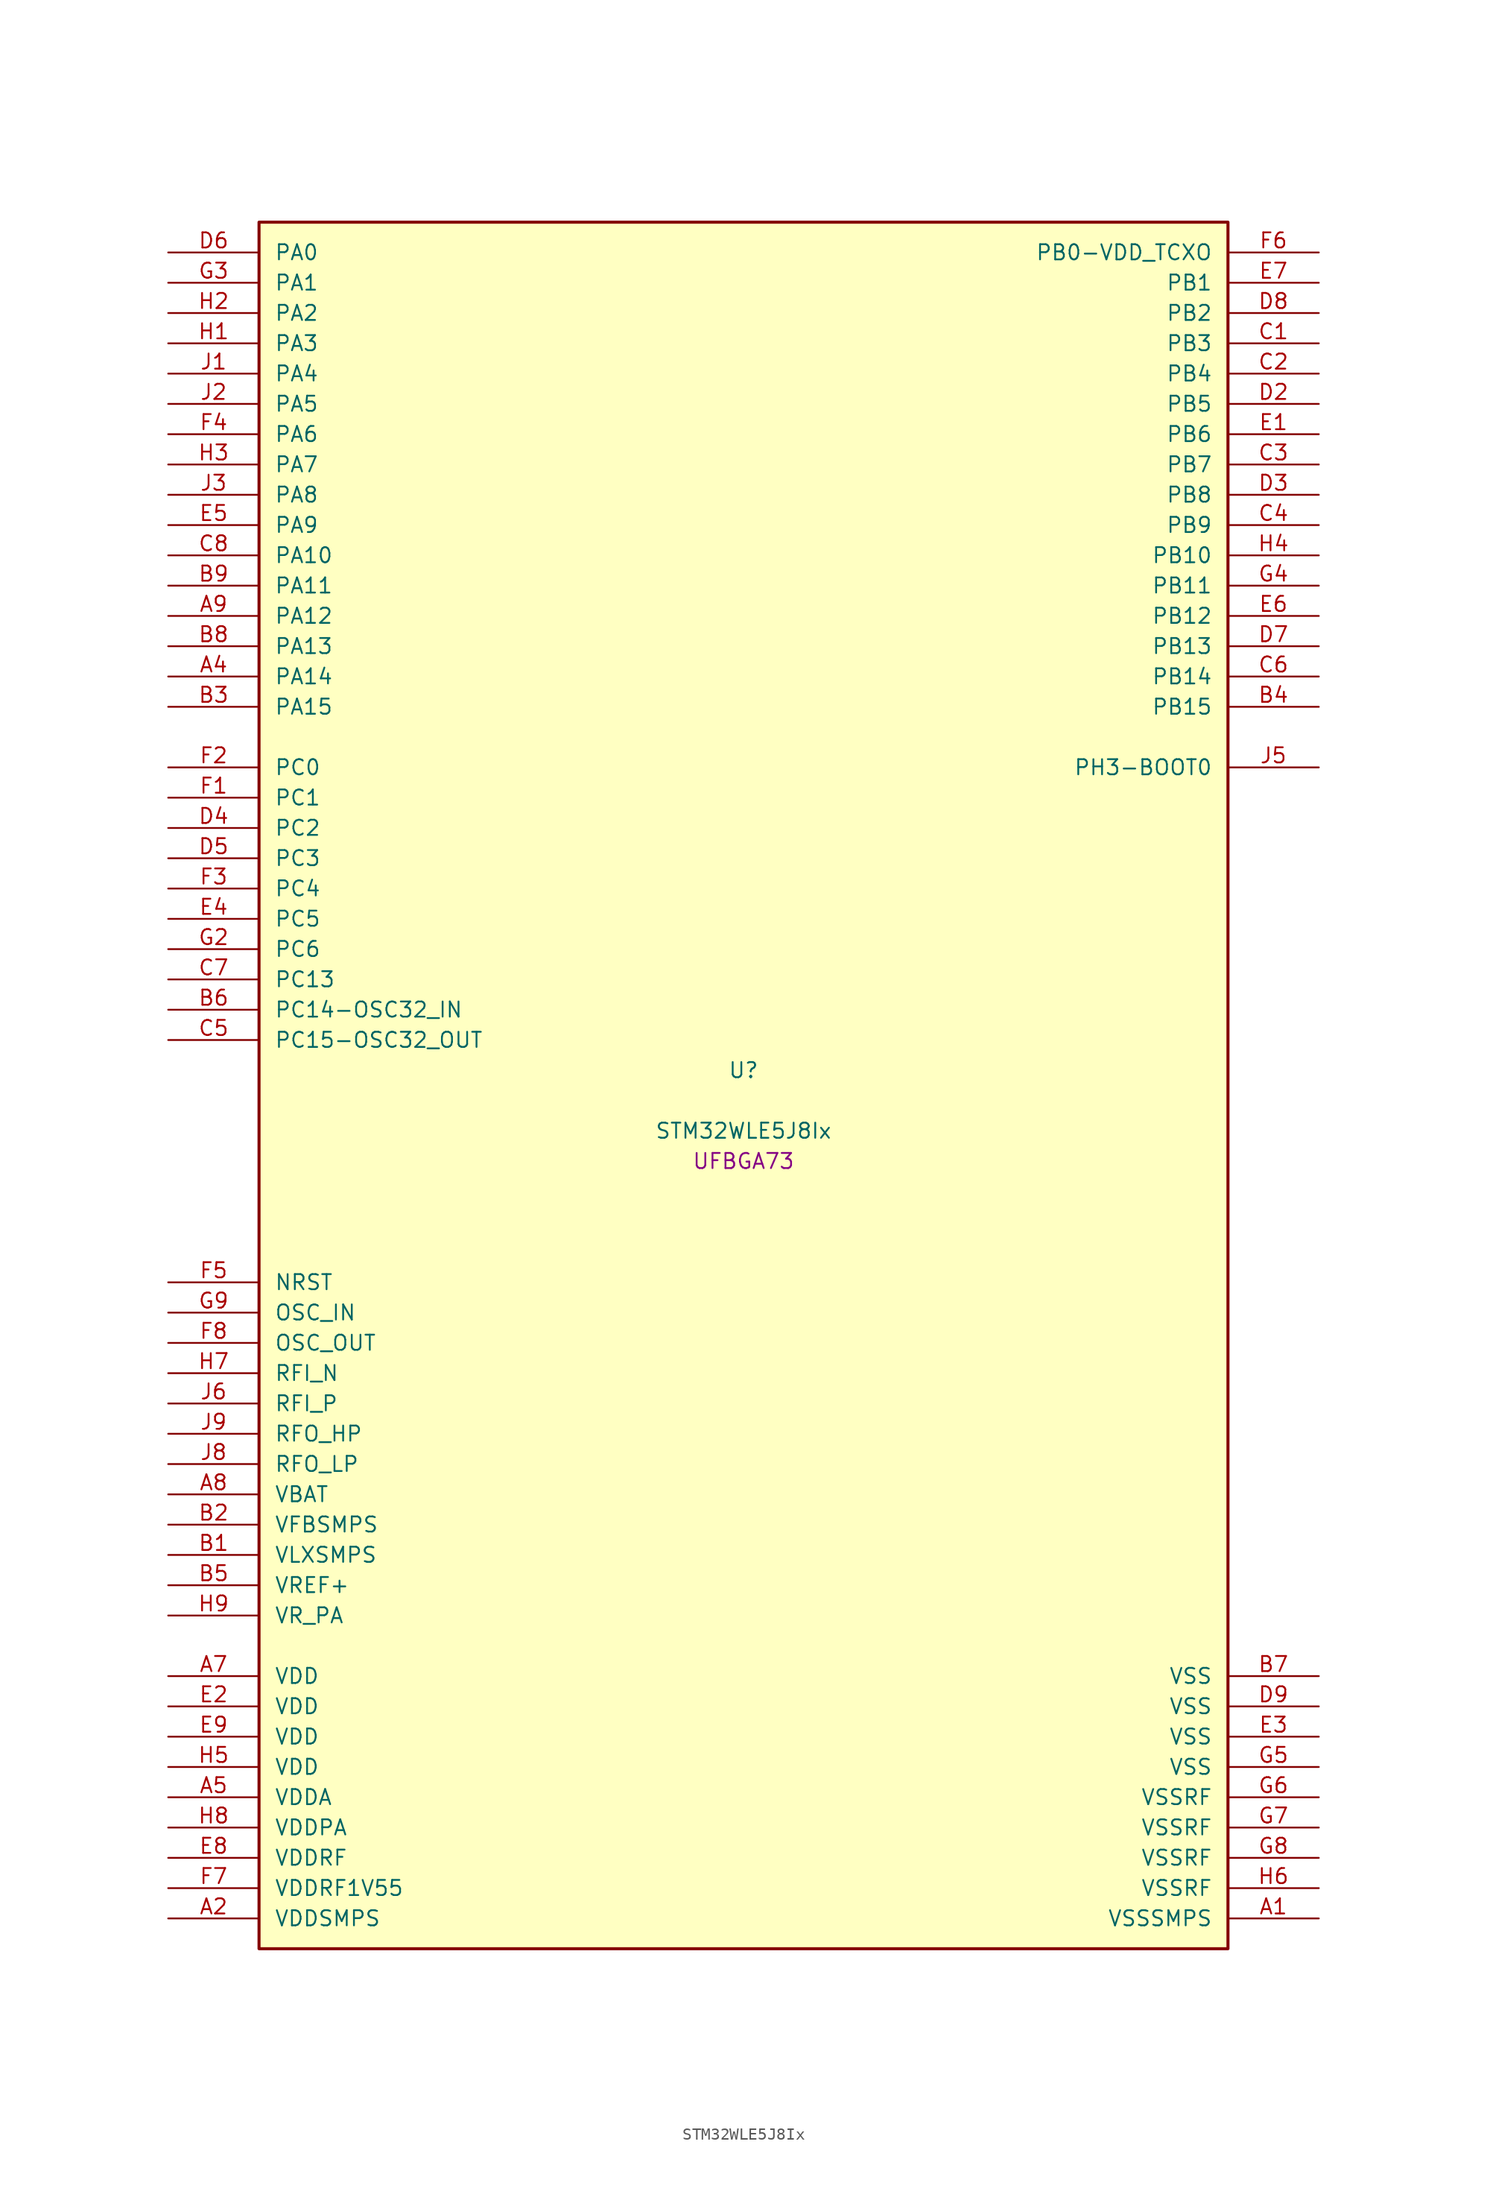
<source format=kicad_sym>
(kicad_symbol_lib
  (version 20241209)
  (generator "stm32_pkl_generator")
  (generator_version "1.0")
  (symbol "STM32WLE5J8Ix"
    (pin_names
      (offset 1.27))
    (property "Reference" "U"
      (at 0 2.54 0))
    (property "Value" "STM32WLE5J8Ix"
      (at 0 -2.54 0))
    (property "Footprint" "UFBGA73"
      (at 0 -5.08 0))
    (symbol "STM32WLE5J8Ix_1_1"
      (rectangle (start -40.64 73.66) (end 40.64 -71.12) (stroke (width 0.254) (type solid)) (fill (type background)))
      (pin bidirectional line (at -48.26 71.12 0) (length 7.62) (name "PA0") (number "D6") (alternate "PA0/COMP1_OUT" bidirectional line) (alternate "PA0/DEBUG_PWR-REGLP1S" bidirectional line) (alternate "PA0/I2C3_SMBA" bidirectional line) (alternate "PA0/I2S_CKIN" bidirectional line) (alternate "PA0/PWR_WKUP1" bidirectional line) (alternate "PA0/RTC_TAMP_IN2" bidirectional line) (alternate "PA0/TIM2_CH1" bidirectional line) (alternate "PA0/TIM2_ETR" bidirectional line) (alternate "PA0/USART2_CTS" bidirectional line) (alternate "PA0/USART2_NSS" bidirectional line))
      (pin bidirectional line (at -48.26 68.58 0) (length 7.62) (name "PA1") (number "G3") (alternate "PA1/DEBUG_PWR-REGLP2S" bidirectional line) (alternate "PA1/I2C1_SMBA" bidirectional line) (alternate "PA1/LPTIM3_OUT" bidirectional line) (alternate "PA1/LPUART1_RTS" bidirectional line) (alternate "PA1/SPI1_SCK" bidirectional line) (alternate "PA1/TIM2_CH2" bidirectional line) (alternate "PA1/USART2_DE" bidirectional line) (alternate "PA1/USART2_RTS" bidirectional line))
      (pin bidirectional line (at -48.26 66.04 0) (length 7.62) (name "PA2") (number "H2") (alternate "PA2/COMP2_OUT" bidirectional line) (alternate "PA2/DEBUG_PWR-LDORDY" bidirectional line) (alternate "PA2/LPUART1_TX" bidirectional line) (alternate "PA2/RCC_LSCO" bidirectional line) (alternate "PA2/TIM2_CH3" bidirectional line) (alternate "PA2/USART2_TX" bidirectional line))
      (pin bidirectional line (at -48.26 63.5 0) (length 7.62) (name "PA3") (number "H1") (alternate "PA3/I2S2_MCK" bidirectional line) (alternate "PA3/LPUART1_RX" bidirectional line) (alternate "PA3/TIM2_CH4" bidirectional line) (alternate "PA3/USART2_RX" bidirectional line))
      (pin bidirectional line (at -48.26 60.96 0) (length 7.62) (name "PA4") (number "J1") (alternate "PA4/DEBUG_SUBGHZSPI-NSSOUT" bidirectional line) (alternate "PA4/LPTIM1_OUT" bidirectional line) (alternate "PA4/LPTIM2_OUT" bidirectional line) (alternate "PA4/RTC_OUT2" bidirectional line) (alternate "PA4/SPI1_NSS" bidirectional line) (alternate "PA4/USART2_CK" bidirectional line))
      (pin bidirectional line (at -48.26 58.42 0) (length 7.62) (name "PA5") (number "J2") (alternate "PA5/DEBUG_SUBGHZSPI-SCKOUT" bidirectional line) (alternate "PA5/LPTIM2_ETR" bidirectional line) (alternate "PA5/SPI1_SCK" bidirectional line) (alternate "PA5/SPI2_MISO" bidirectional line) (alternate "PA5/TIM2_CH1" bidirectional line) (alternate "PA5/TIM2_ETR" bidirectional line))
      (pin bidirectional line (at -48.26 55.88 0) (length 7.62) (name "PA6") (number "F4") (alternate "PA6/DEBUG_SUBGHZSPI-MISOOUT" bidirectional line) (alternate "PA6/I2C2_SMBA" bidirectional line) (alternate "PA6/LPUART1_CTS" bidirectional line) (alternate "PA6/SPI1_MISO" bidirectional line) (alternate "PA6/TIM16_CH1" bidirectional line) (alternate "PA6/TIM1_BKIN" bidirectional line))
      (pin bidirectional line (at -48.26 53.34 0) (length 7.62) (name "PA7") (number "H3") (alternate "PA7/COMP2_OUT" bidirectional line) (alternate "PA7/DEBUG_SUBGHZSPI-MOSIOUT" bidirectional line) (alternate "PA7/I2C3_SCL" bidirectional line) (alternate "PA7/SPI1_MOSI" bidirectional line) (alternate "PA7/TIM17_CH1" bidirectional line) (alternate "PA7/TIM1_CH1N" bidirectional line))
      (pin bidirectional line (at -48.26 50.8 0) (length 7.62) (name "PA8") (number "J3") (alternate "PA8/I2S2_CK" bidirectional line) (alternate "PA8/LPTIM2_OUT" bidirectional line) (alternate "PA8/RCC_MCO" bidirectional line) (alternate "PA8/SPI2_SCK" bidirectional line) (alternate "PA8/TIM1_CH1" bidirectional line) (alternate "PA8/USART1_CK" bidirectional line))
      (pin bidirectional line (at -48.26 48.26 0) (length 7.62) (name "PA9") (number "E5") (alternate "PA9/DAC_EXTI9" bidirectional line) (alternate "PA9/I2C1_SCL" bidirectional line) (alternate "PA9/I2S2_CK" bidirectional line) (alternate "PA9/I2S2_WS" bidirectional line) (alternate "PA9/SPI2_NSS" bidirectional line) (alternate "PA9/SPI2_SCK" bidirectional line) (alternate "PA9/TIM1_CH2" bidirectional line) (alternate "PA9/USART1_TX" bidirectional line))
      (pin bidirectional line (at -48.26 45.72 0) (length 7.62) (name "PA10") (number "C8") (alternate "PA10/ADC_IN6" bidirectional line) (alternate "PA10/COMP1_INM" bidirectional line) (alternate "PA10/COMP2_INM" bidirectional line) (alternate "PA10/DAC_OUT1" bidirectional line) (alternate "PA10/DEBUG_RF-HSE32RDY" bidirectional line) (alternate "PA10/I2C1_SDA" bidirectional line) (alternate "PA10/I2S2_SD" bidirectional line) (alternate "PA10/RTC_REFIN" bidirectional line) (alternate "PA10/SPI2_MOSI" bidirectional line) (alternate "PA10/TIM17_BKIN" bidirectional line) (alternate "PA10/TIM1_CH3" bidirectional line) (alternate "PA10/USART1_RX" bidirectional line))
      (pin bidirectional line (at -48.26 43.18 0) (length 7.62) (name "PA11") (number "B9") (alternate "PA11/ADC_EXTI11" bidirectional line) (alternate "PA11/ADC_IN7" bidirectional line) (alternate "PA11/COMP1_INM" bidirectional line) (alternate "PA11/COMP2_INM" bidirectional line) (alternate "PA11/DEBUG_RF-NRESET" bidirectional line) (alternate "PA11/I2C2_SDA" bidirectional line) (alternate "PA11/LPTIM3_ETR" bidirectional line) (alternate "PA11/SPI1_MISO" bidirectional line) (alternate "PA11/TIM1_BKIN2" bidirectional line) (alternate "PA11/TIM1_CH4" bidirectional line) (alternate "PA11/USART1_CTS" bidirectional line) (alternate "PA11/USART1_NSS" bidirectional line))
      (pin bidirectional line (at -48.26 40.64 0) (length 7.62) (name "PA12") (number "A9") (alternate "PA12/ADC_IN8" bidirectional line) (alternate "PA12/DEBUG_RF-BUSY" bidirectional line) (alternate "PA12/I2C2_SCL" bidirectional line) (alternate "PA12/LPTIM3_IN1" bidirectional line) (alternate "PA12/SPI1_MOSI" bidirectional line) (alternate "PA12/TIM1_ETR" bidirectional line) (alternate "PA12/USART1_DE" bidirectional line) (alternate "PA12/USART1_RTS" bidirectional line))
      (pin bidirectional line (at -48.26 38.1 0) (length 7.62) (name "PA13") (number "B8") (alternate "PA13/ADC_IN9" bidirectional line) (alternate "PA13/DEBUG_JTMS-SWDIO" bidirectional line) (alternate "PA13/I2C2_SMBA" bidirectional line) (alternate "PA13/IR_OUT" bidirectional line))
      (pin bidirectional line (at -48.26 35.56 0) (length 7.62) (name "PA14") (number "A4") (alternate "PA14/ADC_IN10" bidirectional line) (alternate "PA14/DEBUG_JTCK-SWCLK" bidirectional line) (alternate "PA14/I2C1_SMBA" bidirectional line) (alternate "PA14/LPTIM1_OUT" bidirectional line))
      (pin bidirectional line (at -48.26 33.02 0) (length 7.62) (name "PA15") (number "B3") (alternate "PA15/ADC_IN11" bidirectional line) (alternate "PA15/COMP1_INM" bidirectional line) (alternate "PA15/COMP2_INP" bidirectional line) (alternate "PA15/DEBUG_JTDI" bidirectional line) (alternate "PA15/I2C2_SDA" bidirectional line) (alternate "PA15/SPI1_NSS" bidirectional line) (alternate "PA15/TIM2_CH1" bidirectional line) (alternate "PA15/TIM2_ETR" bidirectional line))
      (pin bidirectional line (at 48.26 71.12 180) (length 7.62) (name "PB0-VDD_TCXO") (number "F6") (alternate "PB0-VDD_TCXO/COMP1_OUT" bidirectional line) (alternate "PB0-VDD_TCXO/VDDTCXO" bidirectional line))
      (pin bidirectional line (at 48.26 68.58 180) (length 7.62) (name "PB1") (number "E7") (alternate "PB1/ADC_IN5" bidirectional line) (alternate "PB1/COMP2_INP" bidirectional line) (alternate "PB1/LPTIM2_IN1" bidirectional line) (alternate "PB1/LPUART1_DE" bidirectional line) (alternate "PB1/LPUART1_RTS" bidirectional line))
      (pin bidirectional line (at 48.26 66.04 180) (length 7.62) (name "PB2") (number "D8") (alternate "PB2/ADC_IN4" bidirectional line) (alternate "PB2/COMP1_INP" bidirectional line) (alternate "PB2/COMP2_INM" bidirectional line) (alternate "PB2/DEBUG_RF-SMPSRDY" bidirectional line) (alternate "PB2/I2C3_SMBA" bidirectional line) (alternate "PB2/LPTIM1_OUT" bidirectional line) (alternate "PB2/SPI1_NSS" bidirectional line))
      (pin bidirectional line (at 48.26 63.5 180) (length 7.62) (name "PB3") (number "C1") (alternate "PB3/ADC_IN2" bidirectional line) (alternate "PB3/COMP1_INM" bidirectional line) (alternate "PB3/COMP2_INM" bidirectional line) (alternate "PB3/DEBUG_JTDO-SWO" bidirectional line) (alternate "PB3/DEBUG_RF-DTB1" bidirectional line) (alternate "PB3/PWR_WKUP3" bidirectional line) (alternate "PB3/RTC_TAMP_IN3" bidirectional line) (alternate "PB3/SPI1_SCK" bidirectional line) (alternate "PB3/TIM2_CH2" bidirectional line) (alternate "PB3/USART1_DE" bidirectional line) (alternate "PB3/USART1_RTS" bidirectional line))
      (pin bidirectional line (at 48.26 60.96 180) (length 7.62) (name "PB4") (number "C2") (alternate "PB4/ADC_IN3" bidirectional line) (alternate "PB4/COMP1_INP" bidirectional line) (alternate "PB4/COMP2_INP" bidirectional line) (alternate "PB4/DEBUG_JTRST" bidirectional line) (alternate "PB4/DEBUG_RF-LDORDY" bidirectional line) (alternate "PB4/I2C3_SDA" bidirectional line) (alternate "PB4/SPI1_MISO" bidirectional line) (alternate "PB4/TIM17_BKIN" bidirectional line) (alternate "PB4/USART1_CTS" bidirectional line) (alternate "PB4/USART1_NSS" bidirectional line))
      (pin bidirectional line (at 48.26 58.42 180) (length 7.62) (name "PB5") (number "D2") (alternate "PB5/COMP2_OUT" bidirectional line) (alternate "PB5/I2C1_SMBA" bidirectional line) (alternate "PB5/LPTIM1_IN1" bidirectional line) (alternate "PB5/SPI1_MOSI" bidirectional line) (alternate "PB5/TIM16_BKIN" bidirectional line) (alternate "PB5/USART1_CK" bidirectional line))
      (pin bidirectional line (at 48.26 55.88 180) (length 7.62) (name "PB6") (number "E1") (alternate "PB6/I2C1_SCL" bidirectional line) (alternate "PB6/LPTIM1_ETR" bidirectional line) (alternate "PB6/TIM16_CH1N" bidirectional line) (alternate "PB6/USART1_TX" bidirectional line))
      (pin bidirectional line (at 48.26 53.34 180) (length 7.62) (name "PB7") (number "C3") (alternate "PB7/I2C1_SDA" bidirectional line) (alternate "PB7/LPTIM1_IN2" bidirectional line) (alternate "PB7/PWR_PVD_IN" bidirectional line) (alternate "PB7/TIM17_CH1N" bidirectional line) (alternate "PB7/TIM1_BKIN" bidirectional line) (alternate "PB7/USART1_RX" bidirectional line))
      (pin bidirectional line (at 48.26 50.8 180) (length 7.62) (name "PB8") (number "D3") (alternate "PB8/I2C1_SCL" bidirectional line) (alternate "PB8/TIM16_CH1" bidirectional line) (alternate "PB8/TIM1_CH2N" bidirectional line))
      (pin bidirectional line (at 48.26 48.26 180) (length 7.62) (name "PB9") (number "C4") (alternate "PB9/DAC_EXTI9" bidirectional line) (alternate "PB9/I2C1_SDA" bidirectional line) (alternate "PB9/I2S2_WS" bidirectional line) (alternate "PB9/IR_OUT" bidirectional line) (alternate "PB9/SPI2_NSS" bidirectional line) (alternate "PB9/TIM17_CH1" bidirectional line) (alternate "PB9/TIM1_CH3N" bidirectional line))
      (pin bidirectional line (at 48.26 45.72 180) (length 7.62) (name "PB10") (number "H4") (alternate "PB10/COMP1_OUT" bidirectional line) (alternate "PB10/I2C3_SCL" bidirectional line) (alternate "PB10/I2S2_CK" bidirectional line) (alternate "PB10/LPUART1_RX" bidirectional line) (alternate "PB10/SPI2_SCK" bidirectional line) (alternate "PB10/TIM2_CH3" bidirectional line))
      (pin bidirectional line (at 48.26 43.18 180) (length 7.62) (name "PB11") (number "G4") (alternate "PB11/ADC_EXTI11" bidirectional line) (alternate "PB11/COMP2_OUT" bidirectional line) (alternate "PB11/I2C3_SDA" bidirectional line) (alternate "PB11/LPUART1_TX" bidirectional line) (alternate "PB11/TIM2_CH4" bidirectional line))
      (pin bidirectional line (at 48.26 40.64 180) (length 7.62) (name "PB12") (number "E6") (alternate "PB12/I2C3_SMBA" bidirectional line) (alternate "PB12/I2S2_WS" bidirectional line) (alternate "PB12/LPUART1_RTS" bidirectional line) (alternate "PB12/SPI2_NSS" bidirectional line) (alternate "PB12/TIM1_BKIN" bidirectional line))
      (pin bidirectional line (at 48.26 38.1 180) (length 7.62) (name "PB13") (number "D7") (alternate "PB13/ADC_IN0" bidirectional line) (alternate "PB13/I2C3_SCL" bidirectional line) (alternate "PB13/I2S2_CK" bidirectional line) (alternate "PB13/LPUART1_CTS" bidirectional line) (alternate "PB13/SPI2_SCK" bidirectional line) (alternate "PB13/TIM1_CH1N" bidirectional line))
      (pin bidirectional line (at 48.26 35.56 180) (length 7.62) (name "PB14") (number "C6") (alternate "PB14/ADC_IN1" bidirectional line) (alternate "PB14/I2C3_SDA" bidirectional line) (alternate "PB14/I2S2_MCK" bidirectional line) (alternate "PB14/SPI2_MISO" bidirectional line) (alternate "PB14/TIM1_CH2N" bidirectional line))
      (pin bidirectional line (at 48.26 33.02 180) (length 7.62) (name "PB15") (number "B4") (alternate "PB15/I2C2_SCL" bidirectional line) (alternate "PB15/I2S2_SD" bidirectional line) (alternate "PB15/SPI2_MOSI" bidirectional line) (alternate "PB15/TIM1_CH3N" bidirectional line))
      (pin bidirectional line (at -48.26 27.94 0) (length 7.62) (name "PC0") (number "F2") (alternate "PC0/I2C3_SCL" bidirectional line) (alternate "PC0/LPTIM1_IN1" bidirectional line) (alternate "PC0/LPTIM2_IN1" bidirectional line) (alternate "PC0/LPUART1_RX" bidirectional line))
      (pin bidirectional line (at -48.26 25.4 0) (length 7.62) (name "PC1") (number "F1") (alternate "PC1/I2C3_SDA" bidirectional line) (alternate "PC1/I2S2_SD" bidirectional line) (alternate "PC1/LPTIM1_OUT" bidirectional line) (alternate "PC1/LPUART1_TX" bidirectional line) (alternate "PC1/SPI2_MOSI" bidirectional line))
      (pin bidirectional line (at -48.26 22.86 0) (length 7.62) (name "PC2") (number "D4") (alternate "PC2/LPTIM1_IN2" bidirectional line) (alternate "PC2/SPI2_MISO" bidirectional line))
      (pin bidirectional line (at -48.26 20.32 0) (length 7.62) (name "PC3") (number "D5") (alternate "PC3/I2S2_SD" bidirectional line) (alternate "PC3/LPTIM1_ETR" bidirectional line) (alternate "PC3/LPTIM2_ETR" bidirectional line) (alternate "PC3/SPI2_MOSI" bidirectional line))
      (pin bidirectional line (at -48.26 17.78 0) (length 7.62) (name "PC4") (number "F3"))
      (pin bidirectional line (at -48.26 15.24 0) (length 7.62) (name "PC5") (number "E4"))
      (pin bidirectional line (at -48.26 12.7 0) (length 7.62) (name "PC6") (number "G2") (alternate "PC6/I2S2_MCK" bidirectional line))
      (pin bidirectional line (at -48.26 10.16 0) (length 7.62) (name "PC13") (number "C7") (alternate "PC13/PWR_WKUP2" bidirectional line) (alternate "PC13/RTC_OUT1" bidirectional line) (alternate "PC13/RTC_TAMP_IN1" bidirectional line) (alternate "PC13/RTC_TS" bidirectional line))
      (pin bidirectional line (at -48.26 7.62 0) (length 7.62) (name "PC14-OSC32_IN") (number "B6") (alternate "PC14-OSC32_IN/RCC_OSC32_IN" bidirectional line))
      (pin bidirectional line (at -48.26 5.08 0) (length 7.62) (name "PC15-OSC32_OUT") (number "C5") (alternate "PC15-OSC32_OUT/RCC_OSC32_OUT" bidirectional line))
      (pin bidirectional line (at 48.26 27.94 180) (length 7.62) (name "PH3-BOOT0") (number "J5"))
      (pin input line (at -48.26 -15.24 0) (length 7.62) (name "NRST") (number "F5"))
      (pin bidirectional line (at -48.26 -17.78 0) (length 7.62) (name "OSC_IN") (number "G9") (alternate "OSC_IN/RCC_OSC_IN" bidirectional line))
      (pin bidirectional line (at -48.26 -20.32 0) (length 7.62) (name "OSC_OUT") (number "F8") (alternate "OSC_OUT/RCC_OSC_OUT" bidirectional line))
      (pin bidirectional line (at -48.26 -22.86 0) (length 7.62) (name "RFI_N") (number "H7"))
      (pin bidirectional line (at -48.26 -25.4 0) (length 7.62) (name "RFI_P") (number "J6"))
      (pin bidirectional line (at -48.26 -27.94 0) (length 7.62) (name "RFO_HP") (number "J9"))
      (pin bidirectional line (at -48.26 -30.48 0) (length 7.62) (name "RFO_LP") (number "J8"))
      (pin power_in line (at -48.26 -33.02 0) (length 7.62) (name "VBAT") (number "A8"))
      (pin power_in line (at -48.26 -35.56 0) (length 7.62) (name "VFBSMPS") (number "B2"))
      (pin power_in line (at -48.26 -38.1 0) (length 7.62) (name "VLXSMPS") (number "B1"))
      (pin bidirectional line (at -48.26 -40.64 0) (length 7.62) (name "VREF+") (number "B5") (alternate "VREF+/VREFBUF_OUT" bidirectional line))
      (pin power_in line (at -48.26 -43.18 0) (length 7.62) (name "VR_PA") (number "H9"))
      (pin power_in line (at -48.26 -48.26 0) (length 7.62) (name "VDD") (number "A7"))
      (pin power_in line (at -48.26 -50.8 0) (length 7.62) (name "VDD") (number "E2"))
      (pin power_in line (at -48.26 -53.34 0) (length 7.62) (name "VDD") (number "E9"))
      (pin power_in line (at -48.26 -55.88 0) (length 7.62) (name "VDD") (number "H5"))
      (pin power_in line (at -48.26 -58.42 0) (length 7.62) (name "VDDA") (number "A5"))
      (pin power_in line (at -48.26 -60.96 0) (length 7.62) (name "VDDPA") (number "H8"))
      (pin power_in line (at -48.26 -63.5 0) (length 7.62) (name "VDDRF") (number "E8"))
      (pin power_in line (at -48.26 -66.04 0) (length 7.62) (name "VDDRF1V55") (number "F7"))
      (pin power_in line (at -48.26 -68.58 0) (length 7.62) (name "VDDSMPS") (number "A2"))
      (pin power_in line (at 48.26 -48.26 180) (length 7.62) (name "VSS") (number "B7"))
      (pin power_in line (at 48.26 -50.8 180) (length 7.62) (name "VSS") (number "D9"))
      (pin power_in line (at 48.26 -53.34 180) (length 7.62) (name "VSS") (number "E3"))
      (pin power_in line (at 48.26 -55.88 180) (length 7.62) (name "VSS") (number "G5"))
      (pin power_in line (at 48.26 -58.42 180) (length 7.62) (name "VSSRF") (number "G6"))
      (pin power_in line (at 48.26 -60.96 180) (length 7.62) (name "VSSRF") (number "G7"))
      (pin power_in line (at 48.26 -63.5 180) (length 7.62) (name "VSSRF") (number "G8"))
      (pin power_in line (at 48.26 -66.04 180) (length 7.62) (name "VSSRF") (number "H6"))
      (pin power_in line (at 48.26 -68.58 180) (length 7.62) (name "VSSSMPS") (number "A1")))))
</source>
